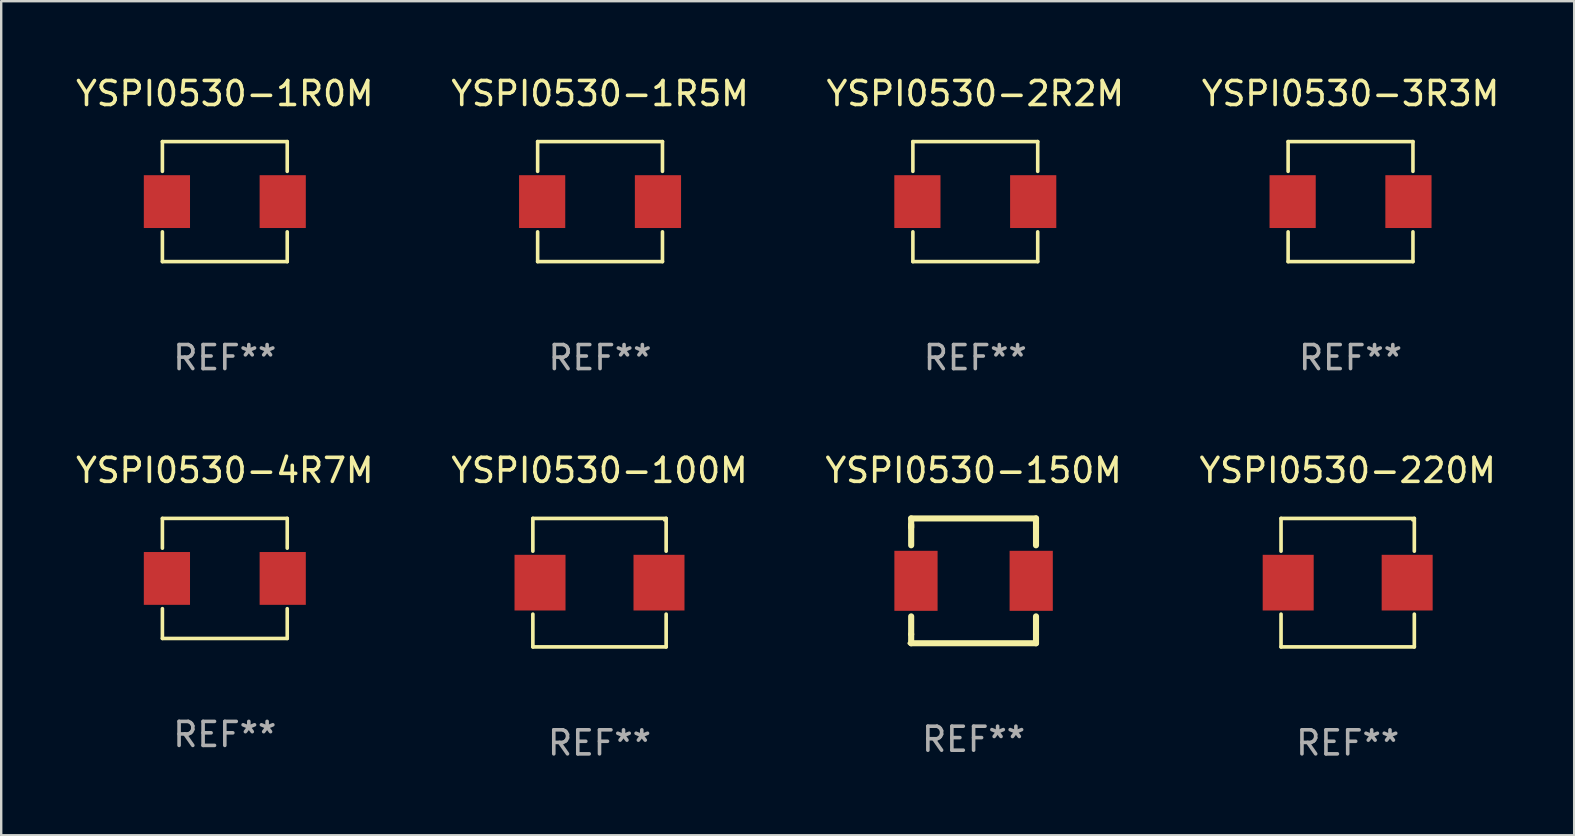
<source format=kicad_pcb>
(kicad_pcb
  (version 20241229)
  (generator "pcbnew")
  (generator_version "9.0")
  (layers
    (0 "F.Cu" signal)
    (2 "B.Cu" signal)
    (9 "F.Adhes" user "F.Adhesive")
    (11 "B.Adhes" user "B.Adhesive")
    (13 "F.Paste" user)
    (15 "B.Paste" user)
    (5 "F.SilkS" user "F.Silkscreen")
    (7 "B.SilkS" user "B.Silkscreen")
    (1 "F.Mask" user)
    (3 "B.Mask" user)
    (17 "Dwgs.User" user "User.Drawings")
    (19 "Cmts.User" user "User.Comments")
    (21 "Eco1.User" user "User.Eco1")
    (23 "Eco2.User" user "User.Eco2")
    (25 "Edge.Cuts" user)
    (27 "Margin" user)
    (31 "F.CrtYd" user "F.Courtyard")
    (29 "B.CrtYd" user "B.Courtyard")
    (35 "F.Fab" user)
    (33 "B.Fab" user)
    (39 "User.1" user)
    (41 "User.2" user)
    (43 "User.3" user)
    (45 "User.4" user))
  (footprint "YSPI0530-4R7M"
    (layer "F.Cu")
    (at 6.315 21.045)
    (property "Reference" "YSPI0530-4R7M" (at 0 -4.5 0) (layer "F.SilkS") (effects (font (size 1 1) (thickness 0.15))))
    (attr through_hole)
    (fp_line (start -2.6 -2.5) (end 2.6 -2.5) (stroke (width 0.15) (type solid)) (layer "F.SilkS"))
    (fp_line (start -2.6 -1.26) (end -2.6 -2.5) (stroke (width 0.15) (type solid)) (layer "F.SilkS"))
    (fp_line (start -2.6 1.26) (end -2.6 2.5) (stroke (width 0.15) (type solid)) (layer "F.SilkS"))
    (fp_line (start -2.6 2.5) (end 2.6 2.5) (stroke (width 0.15) (type solid)) (layer "F.SilkS"))
    (fp_line (start 2.6 -2.5) (end 2.6 -1.26) (stroke (width 0.15) (type solid)) (layer "F.SilkS"))
    (fp_line (start 2.6 2.5) (end 2.6 1.26) (stroke (width 0.15) (type solid)) (layer "F.SilkS"))
    (fp_circle (center 2.6 2.5) (end 2.63 2.5) (stroke (width 0.06) (type solid)) (fill no) (layer "F.SilkS"))
    (fp_text user "REF**" (at 0 6.5 0) (layer "F.Fab") (effects (font (size 1 1) (thickness 0.15))))
    (pad "1" smd rect (at 2.412 0) (size 1.924 2.2) (layers "F.Cu" "F.Mask" "F.Paste"))
    (pad "2" smd rect (at -2.412 0) (size 1.924 2.2) (layers "F.Cu" "F.Mask" "F.Paste")))
  (footprint "YSPI0530-3R3M"
    (layer "F.Cu")
    (at 53.208 5.348)
    (property "Reference" "YSPI0530-3R3M" (at 0 -4.5 0) (layer "F.SilkS") (effects (font (size 1 1) (thickness 0.15))))
    (attr through_hole)
    (fp_line (start -2.6 -2.5) (end 2.6 -2.5) (stroke (width 0.15) (type solid)) (layer "F.SilkS"))
    (fp_line (start -2.6 -1.26) (end -2.6 -2.5) (stroke (width 0.15) (type solid)) (layer "F.SilkS"))
    (fp_line (start -2.6 1.26) (end -2.6 2.5) (stroke (width 0.15) (type solid)) (layer "F.SilkS"))
    (fp_line (start -2.6 2.5) (end 2.6 2.5) (stroke (width 0.15) (type solid)) (layer "F.SilkS"))
    (fp_line (start 2.6 -2.5) (end 2.6 -1.26) (stroke (width 0.15) (type solid)) (layer "F.SilkS"))
    (fp_line (start 2.6 2.5) (end 2.6 1.26) (stroke (width 0.15) (type solid)) (layer "F.SilkS"))
    (fp_circle (center 2.6 2.5) (end 2.63 2.5) (stroke (width 0.06) (type solid)) (fill no) (layer "F.SilkS"))
    (fp_text user "REF**" (at 0 6.5 0) (layer "F.Fab") (effects (font (size 1 1) (thickness 0.15))))
    (pad "1" smd rect (at 2.412 0) (size 1.924 2.2) (layers "F.Cu" "F.Mask" "F.Paste"))
    (pad "2" smd rect (at -2.412 0) (size 1.924 2.2) (layers "F.Cu" "F.Mask" "F.Paste")))
  (footprint "YSPI0530-150M"
    (layer "F.Cu")
    (at 37.506 21.145)
    (property "Reference" "YSPI0530-150M" (at 0 -4.6 0) (layer "F.SilkS") (effects (font (size 1 1) (thickness 0.15))))
    (attr through_hole)
    (fp_line (start -2.6 -2.6) (end -2.6 -2.226) (stroke (width 0.254) (type solid)) (layer "F.SilkS"))
    (fp_line (start -2.6 -2.6) (end 2.6 -2.6) (stroke (width 0.254) (type solid)) (layer "F.SilkS"))
    (fp_line (start -2.6 -2.336) (end -2.6 -1.481) (stroke (width 0.254) (type solid)) (layer "F.SilkS"))
    (fp_line (start -2.6 2.226) (end -2.6 1.481) (stroke (width 0.254) (type solid)) (layer "F.SilkS"))
    (fp_line (start -2.6 2.226) (end -2.6 2.6) (stroke (width 0.254) (type solid)) (layer "F.SilkS"))
    (fp_line (start -2.6 2.6) (end 2.6 2.6) (stroke (width 0.254) (type solid)) (layer "F.SilkS"))
    (fp_line (start 2.6 -2.226) (end 2.6 -2.6) (stroke (width 0.254) (type solid)) (layer "F.SilkS"))
    (fp_line (start 2.6 -2.226) (end 2.6 -1.481) (stroke (width 0.254) (type solid)) (layer "F.SilkS"))
    (fp_line (start 2.6 1.481) (end 2.6 2.226) (stroke (width 0.254) (type solid)) (layer "F.SilkS"))
    (fp_line (start 2.6 2.6) (end 2.6 2.226) (stroke (width 0.254) (type solid)) (layer "F.SilkS"))
    (fp_circle (center -2.7 2.6) (end -2.67 2.6) (stroke (width 0.06) (type solid)) (fill no) (layer "F.SilkS"))
    (fp_text user "REF**" (at 0 6.6 0) (layer "F.Fab") (effects (font (size 1 1) (thickness 0.15))))
    (pad "1" smd rect (at -2.4 0) (size 1.8 2.5) (layers "F.Cu" "F.Mask" "F.Paste"))
    (pad "2" smd rect (at 2.4 0) (size 1.8 2.5) (layers "F.Cu" "F.Mask" "F.Paste")))
  (footprint "YSPI0530-100M"
    (layer "F.Cu")
    (at 21.923 21.221)
    (property "Reference" "YSPI0530-100M" (at 0 -4.676 0) (layer "F.SilkS") (effects (font (size 1 1) (thickness 0.15))))
    (attr through_hole)
    (fp_line (start -2.776 -2.676) (end 2.776 -2.676) (stroke (width 0.152) (type solid)) (layer "F.SilkS"))
    (fp_line (start -2.776 -1.312) (end -2.776 -2.676) (stroke (width 0.152) (type solid)) (layer "F.SilkS"))
    (fp_line (start -2.776 1.312) (end -2.776 2.676) (stroke (width 0.152) (type solid)) (layer "F.SilkS"))
    (fp_line (start -2.776 2.676) (end 2.776 2.676) (stroke (width 0.152) (type solid)) (layer "F.SilkS"))
    (fp_line (start 2.776 -2.676) (end 2.776 -1.312) (stroke (width 0.152) (type solid)) (layer "F.SilkS"))
    (fp_line (start 2.776 2.676) (end 2.776 1.312) (stroke (width 0.152) (type solid)) (layer "F.SilkS"))
    (fp_circle (center 2.7 -2.6) (end 2.73 -2.6) (stroke (width 0.06) (type solid)) (fill no) (layer "F.SilkS"))
    (fp_text user "REF**" (at 0 6.676 0) (layer "F.Fab") (effects (font (size 1 1) (thickness 0.15))))
    (pad "1" smd rect (at 2.478 0) (size 2.124 2.32) (layers "F.Cu" "F.Mask" "F.Paste"))
    (pad "2" smd rect (at -2.478 0) (size 2.124 2.32) (layers "F.Cu" "F.Mask" "F.Paste")))
  (footprint "YSPI0530-2R2M"
    (layer "F.Cu")
    (at 37.577 5.348)
    (property "Reference" "YSPI0530-2R2M" (at 0 -4.5 0) (layer "F.SilkS") (effects (font (size 1 1) (thickness 0.15))))
    (attr through_hole)
    (fp_line (start -2.6 -2.5) (end 2.6 -2.5) (stroke (width 0.15) (type solid)) (layer "F.SilkS"))
    (fp_line (start -2.6 -1.26) (end -2.6 -2.5) (stroke (width 0.15) (type solid)) (layer "F.SilkS"))
    (fp_line (start -2.6 1.26) (end -2.6 2.5) (stroke (width 0.15) (type solid)) (layer "F.SilkS"))
    (fp_line (start -2.6 2.5) (end 2.6 2.5) (stroke (width 0.15) (type solid)) (layer "F.SilkS"))
    (fp_line (start 2.6 -2.5) (end 2.6 -1.26) (stroke (width 0.15) (type solid)) (layer "F.SilkS"))
    (fp_line (start 2.6 2.5) (end 2.6 1.26) (stroke (width 0.15) (type solid)) (layer "F.SilkS"))
    (fp_circle (center 2.6 2.5) (end 2.63 2.5) (stroke (width 0.06) (type solid)) (fill no) (layer "F.SilkS"))
    (fp_text user "REF**" (at 0 6.5 0) (layer "F.Fab") (effects (font (size 1 1) (thickness 0.15))))
    (pad "1" smd rect (at 2.412 0) (size 1.924 2.2) (layers "F.Cu" "F.Mask" "F.Paste"))
    (pad "2" smd rect (at -2.412 0) (size 1.924 2.2) (layers "F.Cu" "F.Mask" "F.Paste")))
  (footprint "YSPI0530-1R5M"
    (layer "F.Cu")
    (at 21.946 5.348)
    (property "Reference" "YSPI0530-1R5M" (at 0 -4.5 0) (layer "F.SilkS") (effects (font (size 1 1) (thickness 0.15))))
    (attr through_hole)
    (fp_line (start -2.6 -2.5) (end 2.6 -2.5) (stroke (width 0.15) (type solid)) (layer "F.SilkS"))
    (fp_line (start -2.6 -1.26) (end -2.6 -2.5) (stroke (width 0.15) (type solid)) (layer "F.SilkS"))
    (fp_line (start -2.6 1.26) (end -2.6 2.5) (stroke (width 0.15) (type solid)) (layer "F.SilkS"))
    (fp_line (start -2.6 2.5) (end 2.6 2.5) (stroke (width 0.15) (type solid)) (layer "F.SilkS"))
    (fp_line (start 2.6 -2.5) (end 2.6 -1.26) (stroke (width 0.15) (type solid)) (layer "F.SilkS"))
    (fp_line (start 2.6 2.5) (end 2.6 1.26) (stroke (width 0.15) (type solid)) (layer "F.SilkS"))
    (fp_circle (center 2.6 2.5) (end 2.63 2.5) (stroke (width 0.06) (type solid)) (fill no) (layer "F.SilkS"))
    (fp_text user "REF**" (at 0 6.5 0) (layer "F.Fab") (effects (font (size 1 1) (thickness 0.15))))
    (pad "1" smd rect (at 2.412 0) (size 1.924 2.2) (layers "F.Cu" "F.Mask" "F.Paste"))
    (pad "2" smd rect (at -2.412 0) (size 1.924 2.2) (layers "F.Cu" "F.Mask" "F.Paste")))
  (footprint "YSPI0530-220M"
    (layer "F.Cu")
    (at 53.089 21.221)
    (property "Reference" "YSPI0530-220M" (at 0 -4.676 0) (layer "F.SilkS") (effects (font (size 1 1) (thickness 0.15))))
    (attr through_hole)
    (fp_line (start -2.776 -2.676) (end 2.776 -2.676) (stroke (width 0.152) (type solid)) (layer "F.SilkS"))
    (fp_line (start -2.776 -1.312) (end -2.776 -2.676) (stroke (width 0.152) (type solid)) (layer "F.SilkS"))
    (fp_line (start -2.776 1.312) (end -2.776 2.676) (stroke (width 0.152) (type solid)) (layer "F.SilkS"))
    (fp_line (start -2.776 2.676) (end 2.776 2.676) (stroke (width 0.152) (type solid)) (layer "F.SilkS"))
    (fp_line (start 2.776 -2.676) (end 2.776 -1.312) (stroke (width 0.152) (type solid)) (layer "F.SilkS"))
    (fp_line (start 2.776 2.676) (end 2.776 1.312) (stroke (width 0.152) (type solid)) (layer "F.SilkS"))
    (fp_circle (center 2.7 -2.6) (end 2.73 -2.6) (stroke (width 0.06) (type solid)) (fill no) (layer "F.SilkS"))
    (fp_text user "REF**" (at 0 6.676 0) (layer "F.Fab") (effects (font (size 1 1) (thickness 0.15))))
    (pad "1" smd rect (at 2.478 0.000102) (size 2.124 2.32) (layers "F.Cu" "F.Mask" "F.Paste"))
    (pad "2" smd rect (at -2.478 0.000102) (size 2.124 2.32) (layers "F.Cu" "F.Mask" "F.Paste")))
  (footprint "YSPI0530-1R0M"
    (layer "F.Cu")
    (at 6.315 5.348)
    (property "Reference" "YSPI0530-1R0M" (at 0 -4.5 0) (layer "F.SilkS") (effects (font (size 1 1) (thickness 0.15))))
    (attr through_hole)
    (fp_line (start -2.6 -2.5) (end 2.6 -2.5) (stroke (width 0.15) (type solid)) (layer "F.SilkS"))
    (fp_line (start -2.6 -1.26) (end -2.6 -2.5) (stroke (width 0.15) (type solid)) (layer "F.SilkS"))
    (fp_line (start -2.6 1.26) (end -2.6 2.5) (stroke (width 0.15) (type solid)) (layer "F.SilkS"))
    (fp_line (start -2.6 2.5) (end 2.6 2.5) (stroke (width 0.15) (type solid)) (layer "F.SilkS"))
    (fp_line (start 2.6 -2.5) (end 2.6 -1.26) (stroke (width 0.15) (type solid)) (layer "F.SilkS"))
    (fp_line (start 2.6 2.5) (end 2.6 1.26) (stroke (width 0.15) (type solid)) (layer "F.SilkS"))
    (fp_circle (center 2.6 2.5) (end 2.63 2.5) (stroke (width 0.06) (type solid)) (fill no) (layer "F.SilkS"))
    (fp_text user "REF**" (at 0 6.5 0) (layer "F.Fab") (effects (font (size 1 1) (thickness 0.15))))
    (pad "1" smd rect (at 2.412 0) (size 1.924 2.2) (layers "F.Cu" "F.Mask" "F.Paste"))
    (pad "2" smd rect (at -2.412 0) (size 1.924 2.2) (layers "F.Cu" "F.Mask" "F.Paste")))
  (gr_rect
    (start -3 -3)
    (end 62.524 31.745)
    (stroke (width 0.1) (type default))
    (fill no)
    (layer "Edge.Cuts")))
</source>
